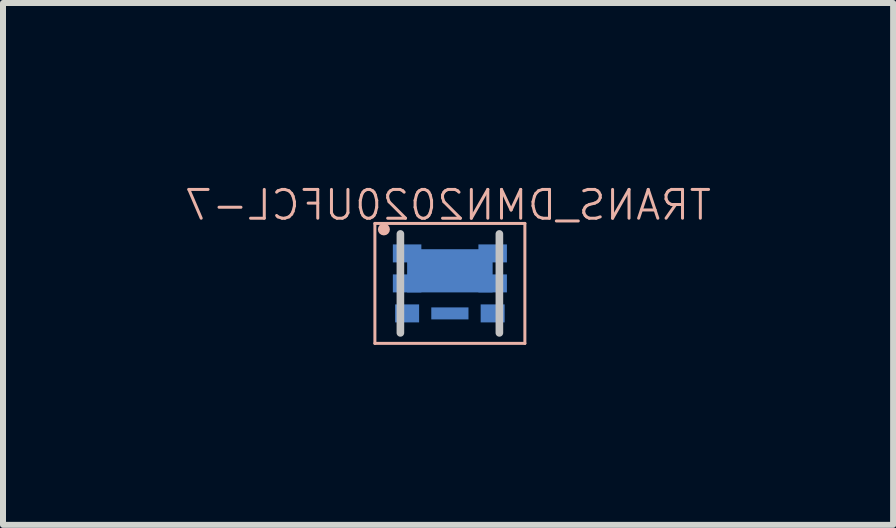
<source format=kicad_pcb>
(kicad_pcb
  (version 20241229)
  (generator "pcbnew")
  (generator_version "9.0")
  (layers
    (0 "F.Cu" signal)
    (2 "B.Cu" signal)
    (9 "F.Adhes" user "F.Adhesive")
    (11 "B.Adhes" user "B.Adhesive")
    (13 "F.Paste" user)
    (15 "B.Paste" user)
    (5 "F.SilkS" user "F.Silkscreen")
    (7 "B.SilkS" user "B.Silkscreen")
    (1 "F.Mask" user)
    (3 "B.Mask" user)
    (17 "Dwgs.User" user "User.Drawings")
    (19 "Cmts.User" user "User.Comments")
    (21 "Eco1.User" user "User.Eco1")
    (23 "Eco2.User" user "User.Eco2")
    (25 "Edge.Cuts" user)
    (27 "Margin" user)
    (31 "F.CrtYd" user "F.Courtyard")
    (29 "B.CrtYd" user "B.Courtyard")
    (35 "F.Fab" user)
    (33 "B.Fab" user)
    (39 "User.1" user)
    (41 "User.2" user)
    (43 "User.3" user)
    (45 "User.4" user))
  (footprint "TRANS_DMN2020UFCL-7"
    (layer "F.Cu")
    (at 4.449 1.674)
    (property "Reference" "TRANS_DMN2020UFCL-7" (at -0.031 -1.306 0) (layer "B.SilkS") (effects (font (size 0.48 0.48) (thickness 0.05)) (justify mirror)))
    (attr smd)
    (fp_line (start -1.25 -1) (end 1.25 -1) (stroke (width 0.05) (type solid)) (layer "B.SilkS"))
    (fp_line (start -1.25 1) (end -1.25 -1) (stroke (width 0.05) (type solid)) (layer "B.SilkS"))
    (fp_line (start 1.25 -1) (end 1.25 1) (stroke (width 0.05) (type solid)) (layer "B.SilkS"))
    (fp_line (start 1.25 1) (end -1.25 1) (stroke (width 0.05) (type solid)) (layer "B.SilkS"))
    (fp_circle (center -1.1 -0.9) (end -1.05 -0.9) (stroke (width 0.1) (type solid)) (fill no) (layer "B.SilkS"))
    (fp_line (start -0.825 0.825) (end -0.825 -0.825) (stroke (width 0.127) (type solid)) (layer "Dwgs.User"))
    (fp_line (start 0.825 -0.825) (end 0.825 0.825) (stroke (width 0.127) (type solid)) (layer "Dwgs.User"))
    (pad "1" smd rect (at -0.713 -0.5) (size 0.475 0.3) (layers "B.Cu" "B.Mask" "B.Paste"))
    (pad "1" smd rect (at -0.713 0) (size 0.475 0.3) (layers "B.Cu" "B.Mask" "B.Paste"))
    (pad "1" smd rect (at 0 -0.21) (size 1.425 0.72) (layers "B.Cu" "B.Mask" "B.Paste"))
    (pad "1" smd rect (at 0.713 -0.5) (size 0.475 0.3) (layers "B.Cu" "B.Mask" "B.Paste"))
    (pad "1" smd rect (at 0.713 0) (size 0.475 0.3) (layers "B.Cu" "B.Mask" "B.Paste"))
    (pad "2" smd rect (at -0.713 0.5) (size 0.4 0.3) (layers "B.Cu" "B.Mask" "B.Paste"))
    (pad "3" smd rect (at 0 0.5) (size 0.62 0.2) (layers "B.Cu" "B.Mask" "B.Paste"))
    (pad "3" smd rect (at 0.713 0.5) (size 0.4 0.3) (layers "B.Cu" "B.Mask" "B.Paste")))
  (gr_rect
    (start -3 -3)
    (end 11.837 5.699)
    (stroke (width 0.1) (type default))
    (fill no)
    (layer "Edge.Cuts")))
</source>
